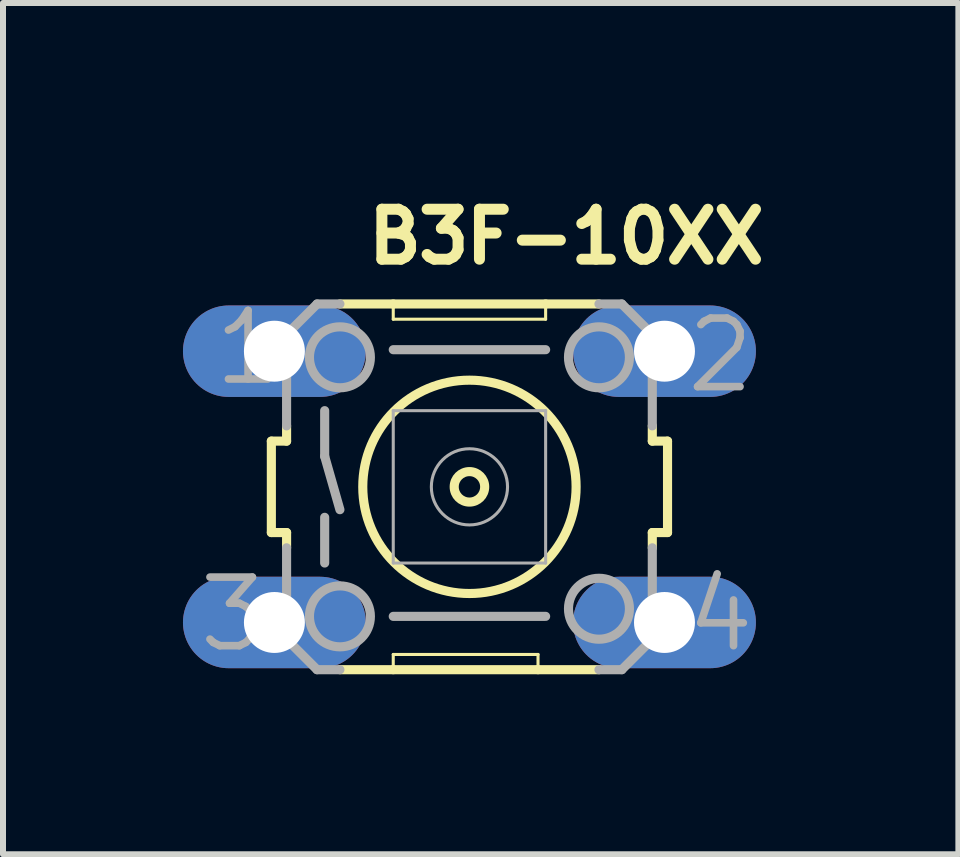
<source format=kicad_pcb>
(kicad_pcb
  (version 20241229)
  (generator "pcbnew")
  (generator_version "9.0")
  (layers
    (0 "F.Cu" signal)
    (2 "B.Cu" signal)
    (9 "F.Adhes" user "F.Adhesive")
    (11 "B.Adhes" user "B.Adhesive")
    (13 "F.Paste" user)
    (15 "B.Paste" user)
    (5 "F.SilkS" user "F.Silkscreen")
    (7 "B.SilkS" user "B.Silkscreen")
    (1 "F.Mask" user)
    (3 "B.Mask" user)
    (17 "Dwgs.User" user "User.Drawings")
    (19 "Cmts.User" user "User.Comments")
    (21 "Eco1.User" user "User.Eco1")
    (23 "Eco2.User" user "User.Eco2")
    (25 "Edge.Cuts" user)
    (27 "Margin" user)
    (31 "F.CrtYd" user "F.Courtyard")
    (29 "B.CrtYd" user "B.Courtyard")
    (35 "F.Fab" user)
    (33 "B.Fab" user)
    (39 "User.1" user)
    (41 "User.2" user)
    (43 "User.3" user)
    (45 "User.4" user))
  (footprint "B3F-10XX"
    (layer "F.Cu")
    (at 4.775 5.065)
    (property "Reference" "B3F-10XX" (at -1.778 -3.683 0) (unlocked yes) (layer "F.SilkS") (effects (font (size 0.833 0.833) (thickness 0.183)) (justify left bottom)))
    (fp_line (start -3.302 -0.762) (end -3.302 0.762) (stroke (width 0.152) (type solid)) (layer "F.SilkS"))
    (fp_line (start -3.302 -0.762) (end -3.048 -0.762) (stroke (width 0.152) (type solid)) (layer "F.SilkS"))
    (fp_line (start -3.048 -0.762) (end -3.048 -1.016) (stroke (width 0.152) (type solid)) (layer "F.SilkS"))
    (fp_line (start -3.048 0.762) (end -3.302 0.762) (stroke (width 0.152) (type solid)) (layer "F.SilkS"))
    (fp_line (start -3.048 0.762) (end -3.048 1.016) (stroke (width 0.152) (type solid)) (layer "F.SilkS"))
    (fp_line (start -2.159 3.048) (end -1.27 3.048) (stroke (width 0.152) (type solid)) (layer "F.SilkS"))
    (fp_line (start -1.27 -3.048) (end -2.159 -3.048) (stroke (width 0.152) (type solid)) (layer "F.SilkS"))
    (fp_line (start -1.27 -3.048) (end -1.27 -2.794) (stroke (width 0.051) (type solid)) (layer "F.SilkS"))
    (fp_line (start -1.27 2.794) (end -1.27 3.048) (stroke (width 0.051) (type solid)) (layer "F.SilkS"))
    (fp_line (start -1.27 3.048) (end 1.143 3.048) (stroke (width 0.152) (type solid)) (layer "F.SilkS"))
    (fp_line (start 1.143 2.794) (end -1.27 2.794) (stroke (width 0.051) (type solid)) (layer "F.SilkS"))
    (fp_line (start 1.143 2.794) (end 1.143 3.048) (stroke (width 0.051) (type solid)) (layer "F.SilkS"))
    (fp_line (start 1.143 3.048) (end 2.159 3.048) (stroke (width 0.152) (type solid)) (layer "F.SilkS"))
    (fp_line (start 1.27 -3.048) (end -1.27 -3.048) (stroke (width 0.152) (type solid)) (layer "F.SilkS"))
    (fp_line (start 1.27 -2.794) (end -1.27 -2.794) (stroke (width 0.051) (type solid)) (layer "F.SilkS"))
    (fp_line (start 1.27 -2.794) (end 1.27 -3.048) (stroke (width 0.051) (type solid)) (layer "F.SilkS"))
    (fp_line (start 2.159 -3.048) (end 1.27 -3.048) (stroke (width 0.152) (type solid)) (layer "F.SilkS"))
    (fp_line (start 3.048 -0.762) (end 3.048 -1.016) (stroke (width 0.152) (type solid)) (layer "F.SilkS"))
    (fp_line (start 3.048 -0.762) (end 3.302 -0.762) (stroke (width 0.152) (type solid)) (layer "F.SilkS"))
    (fp_line (start 3.048 0.762) (end 3.048 1.016) (stroke (width 0.152) (type solid)) (layer "F.SilkS"))
    (fp_line (start 3.302 0.762) (end 3.048 0.762) (stroke (width 0.152) (type solid)) (layer "F.SilkS"))
    (fp_line (start 3.302 0.762) (end 3.302 -0.762) (stroke (width 0.152) (type solid)) (layer "F.SilkS"))
    (fp_circle (center 0 0) (end 0.254 0) (stroke (width 0.152) (type solid)) (fill no) (layer "F.SilkS"))
    (fp_circle (center 0 0) (end 1.778 0) (stroke (width 0.152) (type solid)) (fill no) (layer "F.SilkS"))
    (fp_line (start -3.048 -2.54) (end -3.048 -1.016) (stroke (width 0.152) (type solid)) (layer "F.Fab"))
    (fp_line (start -3.048 2.54) (end -3.048 1.016) (stroke (width 0.152) (type solid)) (layer "F.Fab"))
    (fp_line (start -2.54 -3.048) (end -3.048 -2.54) (stroke (width 0.152) (type solid)) (layer "F.Fab"))
    (fp_line (start -2.54 -3.048) (end -2.159 -3.048) (stroke (width 0.152) (type solid)) (layer "F.Fab"))
    (fp_line (start -2.54 3.048) (end -3.048 2.54) (stroke (width 0.152) (type solid)) (layer "F.Fab"))
    (fp_line (start -2.54 3.048) (end -2.159 3.048) (stroke (width 0.152) (type solid)) (layer "F.Fab"))
    (fp_line (start -2.413 -1.27) (end -2.413 -0.508) (stroke (width 0.152) (type solid)) (layer "F.Fab"))
    (fp_line (start -2.413 -0.508) (end -2.159 0.381) (stroke (width 0.152) (type solid)) (layer "F.Fab"))
    (fp_line (start -2.413 0.508) (end -2.413 1.27) (stroke (width 0.152) (type solid)) (layer "F.Fab"))
    (fp_line (start -1.27 -1.27) (end -1.27 1.27) (stroke (width 0.051) (type solid)) (layer "F.Fab"))
    (fp_line (start -1.27 -1.27) (end 1.27 -1.27) (stroke (width 0.051) (type solid)) (layer "F.Fab"))
    (fp_line (start -1.27 2.159) (end 1.27 2.159) (stroke (width 0.152) (type solid)) (layer "F.Fab"))
    (fp_line (start 1.27 -2.286) (end -1.27 -2.286) (stroke (width 0.152) (type solid)) (layer "F.Fab"))
    (fp_line (start 1.27 1.27) (end -1.27 1.27) (stroke (width 0.051) (type solid)) (layer "F.Fab"))
    (fp_line (start 1.27 1.27) (end 1.27 -1.27) (stroke (width 0.051) (type solid)) (layer "F.Fab"))
    (fp_line (start 2.54 -3.048) (end 2.159 -3.048) (stroke (width 0.152) (type solid)) (layer "F.Fab"))
    (fp_line (start 2.54 3.048) (end 2.159 3.048) (stroke (width 0.152) (type solid)) (layer "F.Fab"))
    (fp_line (start 2.54 3.048) (end 3.048 2.54) (stroke (width 0.152) (type solid)) (layer "F.Fab"))
    (fp_line (start 3.048 -2.54) (end 2.54 -3.048) (stroke (width 0.152) (type solid)) (layer "F.Fab"))
    (fp_line (start 3.048 -1.016) (end 3.048 -2.54) (stroke (width 0.152) (type solid)) (layer "F.Fab"))
    (fp_line (start 3.048 2.54) (end 3.048 1.016) (stroke (width 0.152) (type solid)) (layer "F.Fab"))
    (fp_circle (center -2.159 -2.159) (end -1.651 -2.159) (stroke (width 0.152) (type solid)) (fill no) (layer "F.Fab"))
    (fp_circle (center -2.159 2.159) (end -1.651 2.159) (stroke (width 0.152) (type solid)) (fill no) (layer "F.Fab"))
    (fp_circle (center 0 0) (end 0.635 0) (stroke (width 0.051) (type solid)) (fill no) (layer "F.Fab"))
    (fp_circle (center 2.159 -2.159) (end 2.667 -2.159) (stroke (width 0.152) (type solid)) (fill no) (layer "F.Fab"))
    (fp_circle (center 2.159 2.032) (end 2.667 2.032) (stroke (width 0.152) (type solid)) (fill no) (layer "F.Fab"))
    (fp_text user "4" (at 3.556 2.794 0) (unlocked yes) (layer "F.Fab") (effects (font (size 1.143 1.143) (thickness 0.127)) (justify left bottom)))
    (fp_text user "3" (at -4.572 2.794 0) (unlocked yes) (layer "F.Fab") (effects (font (size 1.143 1.143) (thickness 0.127)) (justify left bottom)))
    (fp_text user "2" (at 3.556 -1.524 0) (unlocked yes) (layer "F.Fab") (effects (font (size 1.143 1.143) (thickness 0.127)) (justify left bottom)))
    (fp_text user "1" (at -4.318 -1.651 0) (unlocked yes) (layer "F.Fab") (effects (font (size 1.143 1.143) (thickness 0.127)) (justify left bottom)))
    (pad "1" thru_hole oval (at -3.251 -2.261) (size 3.048 1.524) (drill 1.016) (layers "*.Cu" "*.Mask"))
    (pad "2" thru_hole oval (at 3.251 -2.261) (size 3.048 1.524) (drill 1.016) (layers "*.Cu" "*.Mask"))
    (pad "3" thru_hole oval (at -3.251 2.261) (size 3.048 1.524) (drill 1.016) (layers "*.Cu" "*.Mask"))
    (pad "4" thru_hole oval (at 3.251 2.261) (size 3.048 1.524) (drill 1.016) (layers "*.Cu" "*.Mask")))
  (gr_rect
    (start -3 -3)
    (end 12.925 11.189)
    (stroke (width 0.1) (type default))
    (fill no)
    (layer "Edge.Cuts")))
</source>
